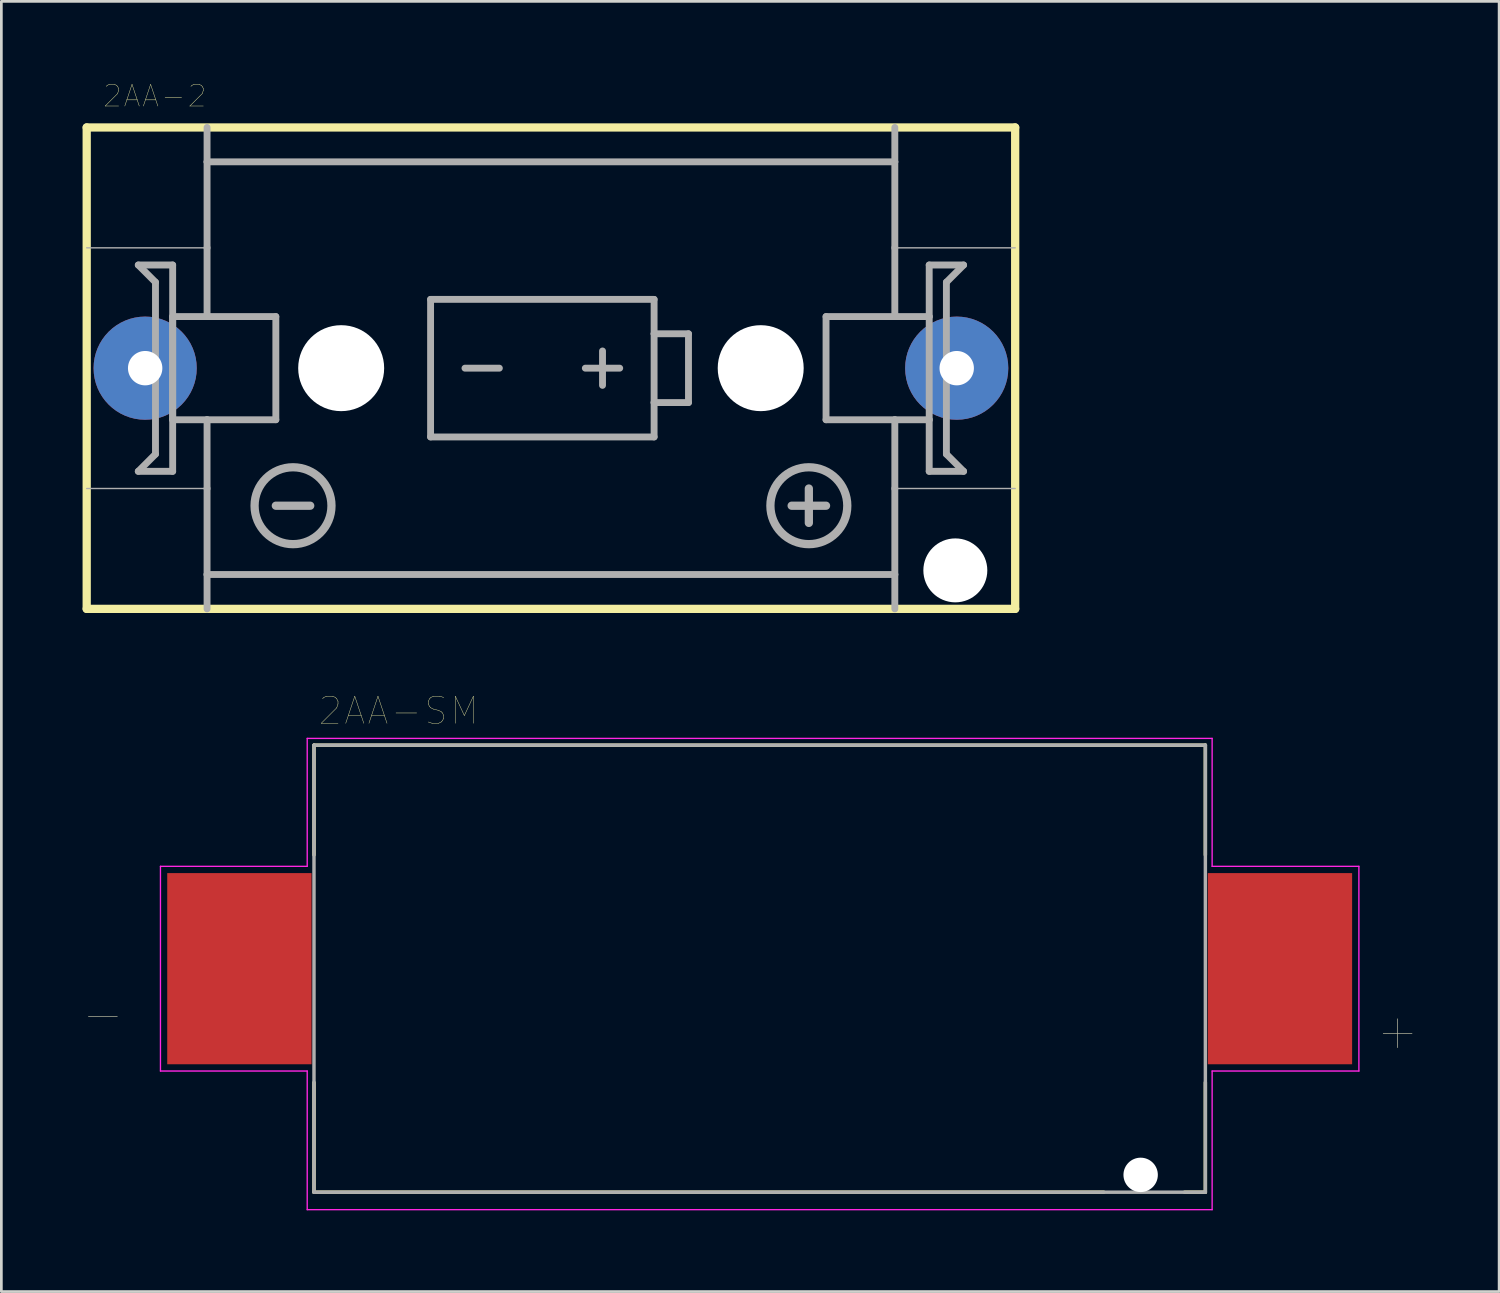
<source format=kicad_pcb>
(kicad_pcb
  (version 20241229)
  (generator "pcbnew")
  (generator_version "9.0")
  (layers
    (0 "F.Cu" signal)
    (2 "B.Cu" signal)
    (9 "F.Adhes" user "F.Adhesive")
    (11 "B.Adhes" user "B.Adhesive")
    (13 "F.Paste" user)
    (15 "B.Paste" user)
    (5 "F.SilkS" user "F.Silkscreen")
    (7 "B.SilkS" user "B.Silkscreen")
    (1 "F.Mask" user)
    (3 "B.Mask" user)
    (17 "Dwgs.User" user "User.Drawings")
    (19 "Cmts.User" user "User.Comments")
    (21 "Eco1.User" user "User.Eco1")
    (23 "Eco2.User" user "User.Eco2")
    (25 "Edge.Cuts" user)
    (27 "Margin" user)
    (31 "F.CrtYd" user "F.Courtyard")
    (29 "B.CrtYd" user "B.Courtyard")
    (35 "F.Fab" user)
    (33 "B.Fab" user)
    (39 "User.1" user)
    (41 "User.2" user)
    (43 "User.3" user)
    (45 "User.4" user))
  (footprint "2AA-2"
    (layer "F.Cu")
    (at 17.297 10.547)
    (property "Reference" "2AA-2" (at -14.632 -10.051 0) (layer "F.SilkS") (effects (font (size 0.801 0.801) (thickness 0.015))))
    (attr through_hole)
    (fp_line (start -17.145 -8.89) (end 17.145 -8.89) (stroke (width 0.305) (type solid)) (layer "F.SilkS"))
    (fp_line (start -17.145 8.89) (end -17.145 -8.89) (stroke (width 0.305) (type solid)) (layer "F.SilkS"))
    (fp_line (start 17.145 -8.89) (end 17.145 8.89) (stroke (width 0.305) (type solid)) (layer "F.SilkS"))
    (fp_line (start 17.145 8.89) (end -17.145 8.89) (stroke (width 0.305) (type solid)) (layer "F.SilkS"))
    (fp_line (start -17.145 -4.445) (end -12.7 -4.445) (stroke (width 0.051) (type solid)) (layer "F.Fab"))
    (fp_line (start -15.24 -3.81) (end -14.605 -3.175) (stroke (width 0.254) (type solid)) (layer "F.Fab"))
    (fp_line (start -15.24 3.81) (end -13.97 3.81) (stroke (width 0.254) (type solid)) (layer "F.Fab"))
    (fp_line (start -14.605 -3.175) (end -14.605 3.175) (stroke (width 0.254) (type solid)) (layer "F.Fab"))
    (fp_line (start -14.605 3.175) (end -15.24 3.81) (stroke (width 0.254) (type solid)) (layer "F.Fab"))
    (fp_line (start -13.97 -3.81) (end -15.24 -3.81) (stroke (width 0.254) (type solid)) (layer "F.Fab"))
    (fp_line (start -13.97 -3.81) (end -13.97 3.81) (stroke (width 0.254) (type solid)) (layer "F.Fab"))
    (fp_line (start -13.97 -1.905) (end -13.97 1.905) (stroke (width 0.254) (type solid)) (layer "F.Fab"))
    (fp_line (start -13.97 1.905) (end -12.7 1.905) (stroke (width 0.254) (type solid)) (layer "F.Fab"))
    (fp_line (start -12.7 -8.89) (end -12.7 -7.62) (stroke (width 0.254) (type solid)) (layer "F.Fab"))
    (fp_line (start -12.7 -7.62) (end -12.7 -4.445) (stroke (width 0.254) (type solid)) (layer "F.Fab"))
    (fp_line (start -12.7 -7.62) (end 12.7 -7.62) (stroke (width 0.254) (type solid)) (layer "F.Fab"))
    (fp_line (start -12.7 -4.445) (end -12.7 -1.905) (stroke (width 0.254) (type solid)) (layer "F.Fab"))
    (fp_line (start -12.7 -1.905) (end -13.97 -1.905) (stroke (width 0.254) (type solid)) (layer "F.Fab"))
    (fp_line (start -12.7 -1.905) (end -10.16 -1.905) (stroke (width 0.254) (type solid)) (layer "F.Fab"))
    (fp_line (start -12.7 1.905) (end -12.7 4.445) (stroke (width 0.254) (type solid)) (layer "F.Fab"))
    (fp_line (start -12.7 4.445) (end -17.145 4.445) (stroke (width 0.051) (type solid)) (layer "F.Fab"))
    (fp_line (start -12.7 4.445) (end -12.7 7.62) (stroke (width 0.254) (type solid)) (layer "F.Fab"))
    (fp_line (start -12.7 7.62) (end -12.7 8.89) (stroke (width 0.254) (type solid)) (layer "F.Fab"))
    (fp_line (start -12.7 7.62) (end 12.7 7.62) (stroke (width 0.254) (type solid)) (layer "F.Fab"))
    (fp_line (start -10.16 -1.905) (end -10.16 1.905) (stroke (width 0.254) (type solid)) (layer "F.Fab"))
    (fp_line (start -10.16 1.905) (end -12.7 1.905) (stroke (width 0.254) (type solid)) (layer "F.Fab"))
    (fp_line (start -10.16 5.08) (end -8.89 5.08) (stroke (width 0.305) (type solid)) (layer "F.Fab"))
    (fp_line (start -4.445 -2.54) (end -4.445 2.54) (stroke (width 0.254) (type solid)) (layer "F.Fab"))
    (fp_line (start -4.445 2.54) (end 3.81 2.54) (stroke (width 0.254) (type solid)) (layer "F.Fab"))
    (fp_line (start -3.175 0) (end -1.905 0) (stroke (width 0.254) (type solid)) (layer "F.Fab"))
    (fp_line (start 1.27 0) (end 2.54 0) (stroke (width 0.254) (type solid)) (layer "F.Fab"))
    (fp_line (start 1.905 -0.635) (end 1.905 0.635) (stroke (width 0.254) (type solid)) (layer "F.Fab"))
    (fp_line (start 3.81 -2.54) (end -4.445 -2.54) (stroke (width 0.254) (type solid)) (layer "F.Fab"))
    (fp_line (start 3.81 -1.27) (end 3.81 -2.54) (stroke (width 0.254) (type solid)) (layer "F.Fab"))
    (fp_line (start 3.81 -1.27) (end 3.81 1.27) (stroke (width 0.254) (type solid)) (layer "F.Fab"))
    (fp_line (start 3.81 1.27) (end 5.08 1.27) (stroke (width 0.254) (type solid)) (layer "F.Fab"))
    (fp_line (start 3.81 2.54) (end 3.81 1.27) (stroke (width 0.254) (type solid)) (layer "F.Fab"))
    (fp_line (start 5.08 -1.27) (end 3.81 -1.27) (stroke (width 0.254) (type solid)) (layer "F.Fab"))
    (fp_line (start 5.08 1.27) (end 5.08 -1.27) (stroke (width 0.254) (type solid)) (layer "F.Fab"))
    (fp_line (start 8.89 5.08) (end 10.16 5.08) (stroke (width 0.305) (type solid)) (layer "F.Fab"))
    (fp_line (start 9.525 5.715) (end 9.525 4.445) (stroke (width 0.305) (type solid)) (layer "F.Fab"))
    (fp_line (start 10.16 -1.905) (end 10.16 1.905) (stroke (width 0.254) (type solid)) (layer "F.Fab"))
    (fp_line (start 10.16 1.905) (end 12.7 1.905) (stroke (width 0.254) (type solid)) (layer "F.Fab"))
    (fp_line (start 12.7 -8.89) (end 12.7 -7.62) (stroke (width 0.254) (type solid)) (layer "F.Fab"))
    (fp_line (start 12.7 -7.62) (end 12.7 -4.445) (stroke (width 0.254) (type solid)) (layer "F.Fab"))
    (fp_line (start 12.7 -4.445) (end 12.7 -1.905) (stroke (width 0.254) (type solid)) (layer "F.Fab"))
    (fp_line (start 12.7 -4.445) (end 17.145 -4.445) (stroke (width 0.051) (type solid)) (layer "F.Fab"))
    (fp_line (start 12.7 -1.905) (end 10.16 -1.905) (stroke (width 0.254) (type solid)) (layer "F.Fab"))
    (fp_line (start 12.7 -1.905) (end 13.97 -1.905) (stroke (width 0.254) (type solid)) (layer "F.Fab"))
    (fp_line (start 12.7 1.905) (end 12.7 4.445) (stroke (width 0.254) (type solid)) (layer "F.Fab"))
    (fp_line (start 12.7 4.445) (end 12.7 7.62) (stroke (width 0.254) (type solid)) (layer "F.Fab"))
    (fp_line (start 12.7 4.445) (end 17.145 4.445) (stroke (width 0.051) (type solid)) (layer "F.Fab"))
    (fp_line (start 12.7 7.62) (end 12.7 8.89) (stroke (width 0.254) (type solid)) (layer "F.Fab"))
    (fp_line (start 13.97 -3.81) (end 15.24 -3.81) (stroke (width 0.254) (type solid)) (layer "F.Fab"))
    (fp_line (start 13.97 -1.905) (end 13.97 -3.81) (stroke (width 0.254) (type solid)) (layer "F.Fab"))
    (fp_line (start 13.97 -1.905) (end 13.97 1.905) (stroke (width 0.254) (type solid)) (layer "F.Fab"))
    (fp_line (start 13.97 1.905) (end 12.7 1.905) (stroke (width 0.254) (type solid)) (layer "F.Fab"))
    (fp_line (start 13.97 1.905) (end 13.97 3.81) (stroke (width 0.254) (type solid)) (layer "F.Fab"))
    (fp_line (start 14.605 -3.175) (end 14.605 3.175) (stroke (width 0.254) (type solid)) (layer "F.Fab"))
    (fp_line (start 14.605 3.175) (end 15.24 3.81) (stroke (width 0.254) (type solid)) (layer "F.Fab"))
    (fp_line (start 15.24 -3.81) (end 14.605 -3.175) (stroke (width 0.254) (type solid)) (layer "F.Fab"))
    (fp_line (start 15.24 3.81) (end 13.97 3.81) (stroke (width 0.254) (type solid)) (layer "F.Fab"))
    (fp_circle (center -9.525 5.08) (end -8.105 5.08) (stroke (width 0.305) (type solid)) (fill no) (layer "F.Fab"))
    (fp_circle (center 9.525 5.08) (end 10.945 5.08) (stroke (width 0.305) (type solid)) (fill no) (layer "F.Fab"))
    (pad "" np_thru_hole circle (at -7.747 0) (size 3.175 3.175) (drill 3.175) (layers "*.Cu" "*.Mask"))
    (pad "" np_thru_hole circle (at 7.747 0) (size 3.175 3.175) (drill 3.175) (layers "*.Cu" "*.Mask"))
    (pad "" np_thru_hole circle (at 14.935 7.468) (size 2.362 2.362) (drill 2.362) (layers "*.Cu" "*.Mask"))
    (pad "+" thru_hole circle (at 14.986 0) (size 3.81 3.81) (drill 1.27) (layers "*.Cu" "*.Mask"))
    (pad "-" thru_hole circle (at -14.986 0) (size 3.81 3.81) (drill 1.27) (layers "*.Cu" "*.Mask")))
  (footprint "2AA-SM"
    (layer "F.Cu")
    (at 25.006 32.725)
    (property "Reference" "2AA-SM" (at -13.335 -9.525 0) (layer "F.SilkS") (effects (font (size 1 1) (thickness 0.015))))
    (attr through_hole)
    (fp_line (start -16.46 -8.255) (end 16.46 -8.255) (stroke (width 0.127) (type solid)) (layer "F.SilkS"))
    (fp_line (start -16.46 -4.2) (end -16.46 -8.255) (stroke (width 0.127) (type solid)) (layer "F.SilkS"))
    (fp_line (start -16.46 8.255) (end -16.46 4.2) (stroke (width 0.127) (type solid)) (layer "F.SilkS"))
    (fp_line (start 12.71 8.255) (end -16.46 8.255) (stroke (width 0.127) (type solid)) (layer "F.SilkS"))
    (fp_line (start 16.46 -8.255) (end 16.46 -4.2) (stroke (width 0.127) (type solid)) (layer "F.SilkS"))
    (fp_line (start 16.46 4.2) (end 16.46 8.255) (stroke (width 0.127) (type solid)) (layer "F.SilkS"))
    (fp_line (start 16.46 8.255) (end 15.69 8.255) (stroke (width 0.127) (type solid)) (layer "F.SilkS"))
    (fp_line (start -22.13 -3.78) (end -22.13 3.78) (stroke (width 0.05) (type solid)) (layer "F.CrtYd"))
    (fp_line (start -22.13 3.78) (end -16.71 3.78) (stroke (width 0.05) (type solid)) (layer "F.CrtYd"))
    (fp_line (start -16.71 -8.505) (end 16.71 -8.505) (stroke (width 0.05) (type solid)) (layer "F.CrtYd"))
    (fp_line (start -16.71 -3.78) (end -22.13 -3.78) (stroke (width 0.05) (type solid)) (layer "F.CrtYd"))
    (fp_line (start -16.71 -3.78) (end -16.71 -8.505) (stroke (width 0.05) (type solid)) (layer "F.CrtYd"))
    (fp_line (start -16.71 8.9) (end -16.71 3.78) (stroke (width 0.05) (type solid)) (layer "F.CrtYd"))
    (fp_line (start 16.71 -8.505) (end 16.71 -3.78) (stroke (width 0.05) (type solid)) (layer "F.CrtYd"))
    (fp_line (start 16.71 -3.78) (end 22.13 -3.78) (stroke (width 0.05) (type solid)) (layer "F.CrtYd"))
    (fp_line (start 16.71 3.78) (end 16.71 8.9) (stroke (width 0.05) (type solid)) (layer "F.CrtYd"))
    (fp_line (start 16.71 8.9) (end -16.71 8.9) (stroke (width 0.05) (type solid)) (layer "F.CrtYd"))
    (fp_line (start 22.13 -3.78) (end 22.13 3.78) (stroke (width 0.05) (type solid)) (layer "F.CrtYd"))
    (fp_line (start 22.13 3.78) (end 16.71 3.78) (stroke (width 0.05) (type solid)) (layer "F.CrtYd"))
    (fp_line (start -16.46 -8.255) (end 16.46 -8.255) (stroke (width 0.127) (type solid)) (layer "F.Fab"))
    (fp_line (start -16.46 8.255) (end -16.46 -8.255) (stroke (width 0.127) (type solid)) (layer "F.Fab"))
    (fp_line (start 16.46 -8.255) (end 16.46 8.255) (stroke (width 0.127) (type solid)) (layer "F.Fab"))
    (fp_line (start 16.46 8.255) (end -16.46 8.255) (stroke (width 0.127) (type solid)) (layer "F.Fab"))
    (fp_text user "+" (at 23.56 2.27 0) (layer "F.SilkS") (effects (font (size 1.4 1.4) (thickness 0.015))))
    (fp_text user "-" (at -24.257 1.651 0) (layer "F.SilkS") (effects (font (size 1.4 1.4) (thickness 0.015))))
    (fp_text user "+" (at 23.56 2.27 0) (layer "F.Fab") (effects (font (size 1.4 1.4) (thickness 0.015))))
    (fp_text user "-" (at -24.257 1.651 0) (layer "F.Fab") (effects (font (size 1.4 1.4) (thickness 0.015))))
    (pad "" np_thru_hole circle (at 14.07 7.615) (size 1.27 1.27) (drill 1.27) (layers "*.Cu" "*.Mask"))
    (pad "1" smd rect (at 19.215 0) (size 5.33 7.06) (layers "F.Cu" "F.Mask" "F.Paste"))
    (pad "2" smd rect (at -19.215 0) (size 5.33 7.06) (layers "F.Cu" "F.Mask" "F.Paste")))
  (gr_rect
    (start -3 -3)
    (end 52.315 44.65)
    (stroke (width 0.1) (type default))
    (fill no)
    (layer "Edge.Cuts")))
</source>
